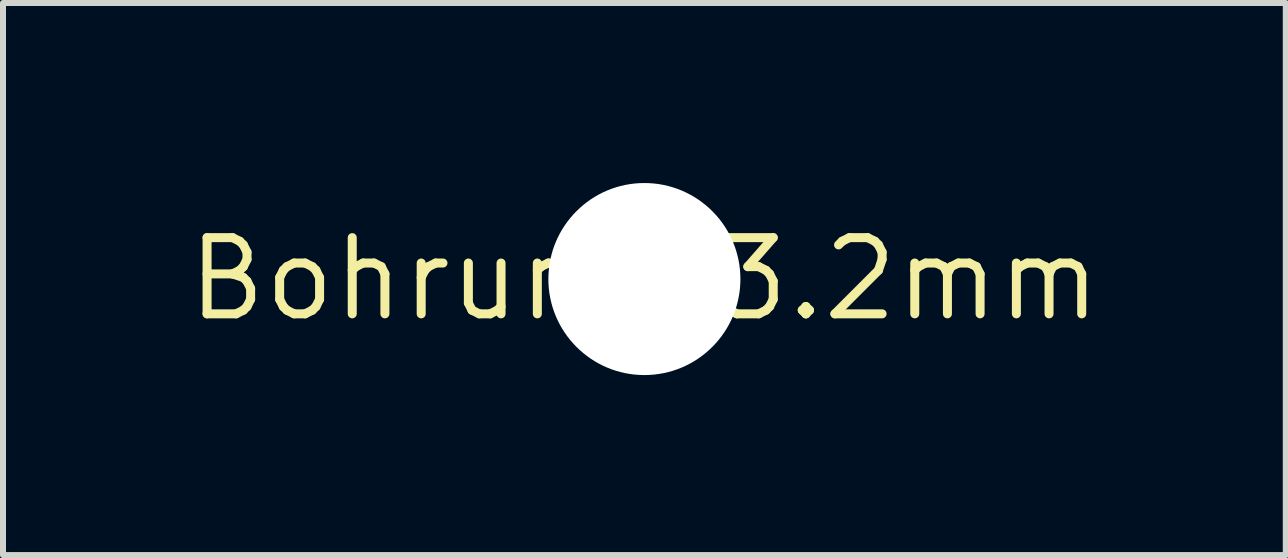
<source format=kicad_pcb>
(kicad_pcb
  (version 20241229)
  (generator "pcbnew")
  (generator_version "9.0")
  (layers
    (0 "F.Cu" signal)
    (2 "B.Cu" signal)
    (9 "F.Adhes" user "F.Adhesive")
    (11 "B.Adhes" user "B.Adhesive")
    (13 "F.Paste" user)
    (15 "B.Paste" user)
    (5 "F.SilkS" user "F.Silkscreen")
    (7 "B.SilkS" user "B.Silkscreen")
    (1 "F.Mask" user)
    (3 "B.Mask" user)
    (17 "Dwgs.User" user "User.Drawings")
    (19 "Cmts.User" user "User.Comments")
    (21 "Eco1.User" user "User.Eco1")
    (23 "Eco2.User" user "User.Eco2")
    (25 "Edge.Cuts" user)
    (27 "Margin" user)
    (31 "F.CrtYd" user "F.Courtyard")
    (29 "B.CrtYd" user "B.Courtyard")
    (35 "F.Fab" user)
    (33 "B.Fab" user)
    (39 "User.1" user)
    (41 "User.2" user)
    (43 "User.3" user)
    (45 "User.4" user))
  (footprint "Bohrung_3.2mm"
    (layer "F.Cu")
    (at 7.688 1.6)
    (property "Reference" "Bohrung_3.2mm" (at 0 0 0) (layer "F.SilkS") (effects (font (size 1.27 1.27) (thickness 0.15))))
    (attr through_hole)
    (pad "" np_thru_hole circle (at 0 0) (size 3.2 3.2) (drill 3.2) (layers "*.Cu" "*.Mask")))
  (gr_rect
    (start -3 -3)
    (end 18.376 6.2)
    (stroke (width 0.1) (type default))
    (fill no)
    (layer "Edge.Cuts")))
</source>
